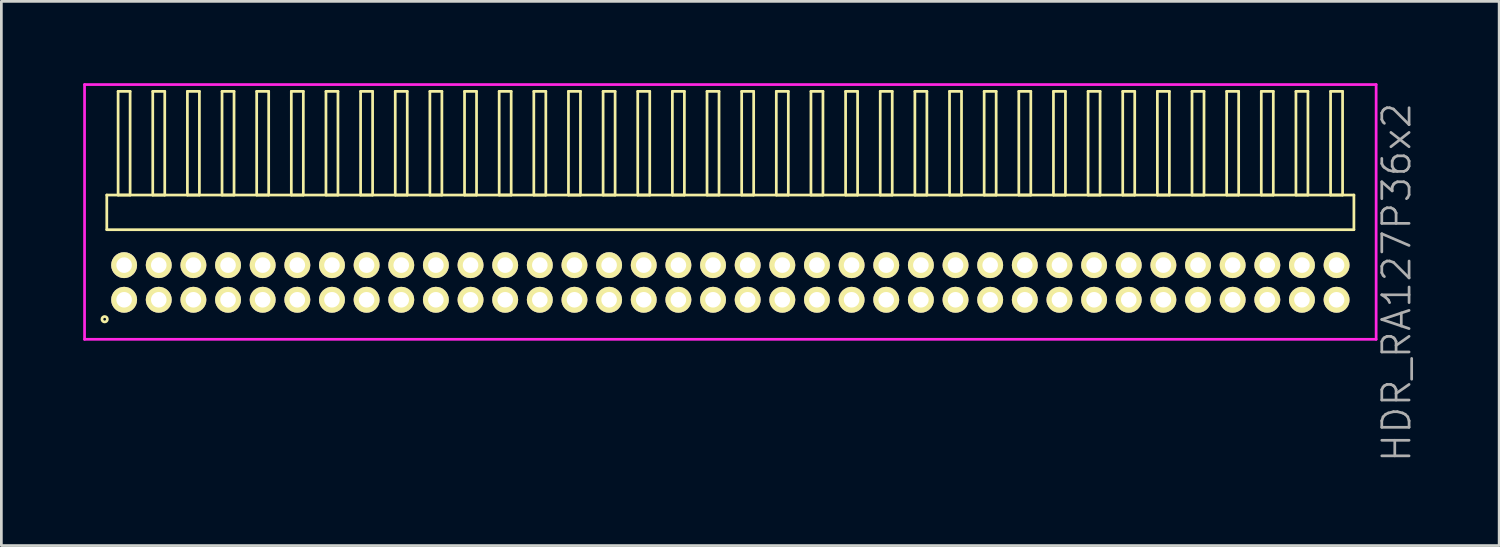
<source format=kicad_pcb>
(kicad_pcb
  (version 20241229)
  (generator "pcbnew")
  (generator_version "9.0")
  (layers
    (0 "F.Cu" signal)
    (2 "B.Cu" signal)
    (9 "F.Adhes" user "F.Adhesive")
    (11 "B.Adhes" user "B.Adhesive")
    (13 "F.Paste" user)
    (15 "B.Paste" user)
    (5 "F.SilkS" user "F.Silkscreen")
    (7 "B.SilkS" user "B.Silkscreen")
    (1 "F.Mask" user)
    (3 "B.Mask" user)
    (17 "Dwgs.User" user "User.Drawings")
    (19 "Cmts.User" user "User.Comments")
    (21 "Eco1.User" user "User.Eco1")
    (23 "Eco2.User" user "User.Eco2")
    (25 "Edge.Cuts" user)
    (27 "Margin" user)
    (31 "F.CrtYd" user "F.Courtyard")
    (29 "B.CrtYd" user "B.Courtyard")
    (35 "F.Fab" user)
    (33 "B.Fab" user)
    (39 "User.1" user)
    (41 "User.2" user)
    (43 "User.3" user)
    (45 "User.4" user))
  (footprint "HDR_RA127P36x2"
    (layer "F.Cu")
    (at 23.725 7.305)
    (property "Reference" "HDR_RA127P36x2" (at 24.425 0 90) (layer "F.Fab") (effects (font (size 1 1) (thickness 0.1))))
    (attr through_hole)
    (fp_line (start -22.86 -3.205) (end -22.86 -1.935) (stroke (width 0.1) (type solid)) (layer "F.SilkS"))
    (fp_line (start -22.86 -1.935) (end 22.86 -1.935) (stroke (width 0.1) (type solid)) (layer "F.SilkS"))
    (fp_line (start -22.445 -7.005) (end -22.445 -3.205) (stroke (width 0.1) (type solid)) (layer "F.SilkS"))
    (fp_line (start -22.445 -3.205) (end -22.005 -3.205) (stroke (width 0.1) (type solid)) (layer "F.SilkS"))
    (fp_line (start -22.005 -7.005) (end -22.445 -7.005) (stroke (width 0.1) (type solid)) (layer "F.SilkS"))
    (fp_line (start -22.005 -3.205) (end -22.005 -7.005) (stroke (width 0.1) (type solid)) (layer "F.SilkS"))
    (fp_line (start -21.175 -7.005) (end -21.175 -3.205) (stroke (width 0.1) (type solid)) (layer "F.SilkS"))
    (fp_line (start -21.175 -3.205) (end -20.735 -3.205) (stroke (width 0.1) (type solid)) (layer "F.SilkS"))
    (fp_line (start -20.735 -7.005) (end -21.175 -7.005) (stroke (width 0.1) (type solid)) (layer "F.SilkS"))
    (fp_line (start -20.735 -3.205) (end -20.735 -7.005) (stroke (width 0.1) (type solid)) (layer "F.SilkS"))
    (fp_line (start -19.905 -7.005) (end -19.905 -3.205) (stroke (width 0.1) (type solid)) (layer "F.SilkS"))
    (fp_line (start -19.905 -3.205) (end -19.465 -3.205) (stroke (width 0.1) (type solid)) (layer "F.SilkS"))
    (fp_line (start -19.465 -7.005) (end -19.905 -7.005) (stroke (width 0.1) (type solid)) (layer "F.SilkS"))
    (fp_line (start -19.465 -3.205) (end -19.465 -7.005) (stroke (width 0.1) (type solid)) (layer "F.SilkS"))
    (fp_line (start -18.635 -7.005) (end -18.635 -3.205) (stroke (width 0.1) (type solid)) (layer "F.SilkS"))
    (fp_line (start -18.635 -3.205) (end -18.195 -3.205) (stroke (width 0.1) (type solid)) (layer "F.SilkS"))
    (fp_line (start -18.195 -7.005) (end -18.635 -7.005) (stroke (width 0.1) (type solid)) (layer "F.SilkS"))
    (fp_line (start -18.195 -3.205) (end -18.195 -7.005) (stroke (width 0.1) (type solid)) (layer "F.SilkS"))
    (fp_line (start -17.365 -7.005) (end -17.365 -3.205) (stroke (width 0.1) (type solid)) (layer "F.SilkS"))
    (fp_line (start -17.365 -3.205) (end -16.925 -3.205) (stroke (width 0.1) (type solid)) (layer "F.SilkS"))
    (fp_line (start -16.925 -7.005) (end -17.365 -7.005) (stroke (width 0.1) (type solid)) (layer "F.SilkS"))
    (fp_line (start -16.925 -3.205) (end -16.925 -7.005) (stroke (width 0.1) (type solid)) (layer "F.SilkS"))
    (fp_line (start -16.095 -7.005) (end -16.095 -3.205) (stroke (width 0.1) (type solid)) (layer "F.SilkS"))
    (fp_line (start -16.095 -3.205) (end -15.655 -3.205) (stroke (width 0.1) (type solid)) (layer "F.SilkS"))
    (fp_line (start -15.655 -7.005) (end -16.095 -7.005) (stroke (width 0.1) (type solid)) (layer "F.SilkS"))
    (fp_line (start -15.655 -3.205) (end -15.655 -7.005) (stroke (width 0.1) (type solid)) (layer "F.SilkS"))
    (fp_line (start -14.825 -7.005) (end -14.825 -3.205) (stroke (width 0.1) (type solid)) (layer "F.SilkS"))
    (fp_line (start -14.825 -3.205) (end -14.385 -3.205) (stroke (width 0.1) (type solid)) (layer "F.SilkS"))
    (fp_line (start -14.385 -7.005) (end -14.825 -7.005) (stroke (width 0.1) (type solid)) (layer "F.SilkS"))
    (fp_line (start -14.385 -3.205) (end -14.385 -7.005) (stroke (width 0.1) (type solid)) (layer "F.SilkS"))
    (fp_line (start -13.555 -7.005) (end -13.555 -3.205) (stroke (width 0.1) (type solid)) (layer "F.SilkS"))
    (fp_line (start -13.555 -3.205) (end -13.115 -3.205) (stroke (width 0.1) (type solid)) (layer "F.SilkS"))
    (fp_line (start -13.115 -7.005) (end -13.555 -7.005) (stroke (width 0.1) (type solid)) (layer "F.SilkS"))
    (fp_line (start -13.115 -3.205) (end -13.115 -7.005) (stroke (width 0.1) (type solid)) (layer "F.SilkS"))
    (fp_line (start -12.285 -7.005) (end -12.285 -3.205) (stroke (width 0.1) (type solid)) (layer "F.SilkS"))
    (fp_line (start -12.285 -3.205) (end -11.845 -3.205) (stroke (width 0.1) (type solid)) (layer "F.SilkS"))
    (fp_line (start -11.845 -7.005) (end -12.285 -7.005) (stroke (width 0.1) (type solid)) (layer "F.SilkS"))
    (fp_line (start -11.845 -3.205) (end -11.845 -7.005) (stroke (width 0.1) (type solid)) (layer "F.SilkS"))
    (fp_line (start -11.015 -7.005) (end -11.015 -3.205) (stroke (width 0.1) (type solid)) (layer "F.SilkS"))
    (fp_line (start -11.015 -3.205) (end -10.575 -3.205) (stroke (width 0.1) (type solid)) (layer "F.SilkS"))
    (fp_line (start -10.575 -7.005) (end -11.015 -7.005) (stroke (width 0.1) (type solid)) (layer "F.SilkS"))
    (fp_line (start -10.575 -3.205) (end -10.575 -7.005) (stroke (width 0.1) (type solid)) (layer "F.SilkS"))
    (fp_line (start -9.745 -7.005) (end -9.745 -3.205) (stroke (width 0.1) (type solid)) (layer "F.SilkS"))
    (fp_line (start -9.745 -3.205) (end -9.305 -3.205) (stroke (width 0.1) (type solid)) (layer "F.SilkS"))
    (fp_line (start -9.305 -7.005) (end -9.745 -7.005) (stroke (width 0.1) (type solid)) (layer "F.SilkS"))
    (fp_line (start -9.305 -3.205) (end -9.305 -7.005) (stroke (width 0.1) (type solid)) (layer "F.SilkS"))
    (fp_line (start -8.475 -7.005) (end -8.475 -3.205) (stroke (width 0.1) (type solid)) (layer "F.SilkS"))
    (fp_line (start -8.475 -3.205) (end -8.035 -3.205) (stroke (width 0.1) (type solid)) (layer "F.SilkS"))
    (fp_line (start -8.035 -7.005) (end -8.475 -7.005) (stroke (width 0.1) (type solid)) (layer "F.SilkS"))
    (fp_line (start -8.035 -3.205) (end -8.035 -7.005) (stroke (width 0.1) (type solid)) (layer "F.SilkS"))
    (fp_line (start -7.205 -7.005) (end -7.205 -3.205) (stroke (width 0.1) (type solid)) (layer "F.SilkS"))
    (fp_line (start -7.205 -3.205) (end -6.765 -3.205) (stroke (width 0.1) (type solid)) (layer "F.SilkS"))
    (fp_line (start -6.765 -7.005) (end -7.205 -7.005) (stroke (width 0.1) (type solid)) (layer "F.SilkS"))
    (fp_line (start -6.765 -3.205) (end -6.765 -7.005) (stroke (width 0.1) (type solid)) (layer "F.SilkS"))
    (fp_line (start -5.935 -7.005) (end -5.935 -3.205) (stroke (width 0.1) (type solid)) (layer "F.SilkS"))
    (fp_line (start -5.935 -3.205) (end -5.495 -3.205) (stroke (width 0.1) (type solid)) (layer "F.SilkS"))
    (fp_line (start -5.495 -7.005) (end -5.935 -7.005) (stroke (width 0.1) (type solid)) (layer "F.SilkS"))
    (fp_line (start -5.495 -3.205) (end -5.495 -7.005) (stroke (width 0.1) (type solid)) (layer "F.SilkS"))
    (fp_line (start -4.665 -7.005) (end -4.665 -3.205) (stroke (width 0.1) (type solid)) (layer "F.SilkS"))
    (fp_line (start -4.665 -3.205) (end -4.225 -3.205) (stroke (width 0.1) (type solid)) (layer "F.SilkS"))
    (fp_line (start -4.225 -7.005) (end -4.665 -7.005) (stroke (width 0.1) (type solid)) (layer "F.SilkS"))
    (fp_line (start -4.225 -3.205) (end -4.225 -7.005) (stroke (width 0.1) (type solid)) (layer "F.SilkS"))
    (fp_line (start -3.395 -7.005) (end -3.395 -3.205) (stroke (width 0.1) (type solid)) (layer "F.SilkS"))
    (fp_line (start -3.395 -3.205) (end -2.955 -3.205) (stroke (width 0.1) (type solid)) (layer "F.SilkS"))
    (fp_line (start -2.955 -7.005) (end -3.395 -7.005) (stroke (width 0.1) (type solid)) (layer "F.SilkS"))
    (fp_line (start -2.955 -3.205) (end -2.955 -7.005) (stroke (width 0.1) (type solid)) (layer "F.SilkS"))
    (fp_line (start -2.125 -7.005) (end -2.125 -3.205) (stroke (width 0.1) (type solid)) (layer "F.SilkS"))
    (fp_line (start -2.125 -3.205) (end -1.685 -3.205) (stroke (width 0.1) (type solid)) (layer "F.SilkS"))
    (fp_line (start -1.685 -7.005) (end -2.125 -7.005) (stroke (width 0.1) (type solid)) (layer "F.SilkS"))
    (fp_line (start -1.685 -3.205) (end -1.685 -7.005) (stroke (width 0.1) (type solid)) (layer "F.SilkS"))
    (fp_line (start -0.855 -7.005) (end -0.855 -3.205) (stroke (width 0.1) (type solid)) (layer "F.SilkS"))
    (fp_line (start -0.855 -3.205) (end -0.415 -3.205) (stroke (width 0.1) (type solid)) (layer "F.SilkS"))
    (fp_line (start -0.415 -7.005) (end -0.855 -7.005) (stroke (width 0.1) (type solid)) (layer "F.SilkS"))
    (fp_line (start -0.415 -3.205) (end -0.415 -7.005) (stroke (width 0.1) (type solid)) (layer "F.SilkS"))
    (fp_line (start 0.415 -7.005) (end 0.415 -3.205) (stroke (width 0.1) (type solid)) (layer "F.SilkS"))
    (fp_line (start 0.415 -3.205) (end 0.855 -3.205) (stroke (width 0.1) (type solid)) (layer "F.SilkS"))
    (fp_line (start 0.855 -7.005) (end 0.415 -7.005) (stroke (width 0.1) (type solid)) (layer "F.SilkS"))
    (fp_line (start 0.855 -3.205) (end 0.855 -7.005) (stroke (width 0.1) (type solid)) (layer "F.SilkS"))
    (fp_line (start 1.685 -7.005) (end 1.685 -3.205) (stroke (width 0.1) (type solid)) (layer "F.SilkS"))
    (fp_line (start 1.685 -3.205) (end 2.125 -3.205) (stroke (width 0.1) (type solid)) (layer "F.SilkS"))
    (fp_line (start 2.125 -7.005) (end 1.685 -7.005) (stroke (width 0.1) (type solid)) (layer "F.SilkS"))
    (fp_line (start 2.125 -3.205) (end 2.125 -7.005) (stroke (width 0.1) (type solid)) (layer "F.SilkS"))
    (fp_line (start 2.955 -7.005) (end 2.955 -3.205) (stroke (width 0.1) (type solid)) (layer "F.SilkS"))
    (fp_line (start 2.955 -3.205) (end 3.395 -3.205) (stroke (width 0.1) (type solid)) (layer "F.SilkS"))
    (fp_line (start 3.395 -7.005) (end 2.955 -7.005) (stroke (width 0.1) (type solid)) (layer "F.SilkS"))
    (fp_line (start 3.395 -3.205) (end 3.395 -7.005) (stroke (width 0.1) (type solid)) (layer "F.SilkS"))
    (fp_line (start 4.225 -7.005) (end 4.225 -3.205) (stroke (width 0.1) (type solid)) (layer "F.SilkS"))
    (fp_line (start 4.225 -3.205) (end 4.665 -3.205) (stroke (width 0.1) (type solid)) (layer "F.SilkS"))
    (fp_line (start 4.665 -7.005) (end 4.225 -7.005) (stroke (width 0.1) (type solid)) (layer "F.SilkS"))
    (fp_line (start 4.665 -3.205) (end 4.665 -7.005) (stroke (width 0.1) (type solid)) (layer "F.SilkS"))
    (fp_line (start 5.495 -7.005) (end 5.495 -3.205) (stroke (width 0.1) (type solid)) (layer "F.SilkS"))
    (fp_line (start 5.495 -3.205) (end 5.935 -3.205) (stroke (width 0.1) (type solid)) (layer "F.SilkS"))
    (fp_line (start 5.935 -7.005) (end 5.495 -7.005) (stroke (width 0.1) (type solid)) (layer "F.SilkS"))
    (fp_line (start 5.935 -3.205) (end 5.935 -7.005) (stroke (width 0.1) (type solid)) (layer "F.SilkS"))
    (fp_line (start 6.765 -7.005) (end 6.765 -3.205) (stroke (width 0.1) (type solid)) (layer "F.SilkS"))
    (fp_line (start 6.765 -3.205) (end 7.205 -3.205) (stroke (width 0.1) (type solid)) (layer "F.SilkS"))
    (fp_line (start 7.205 -7.005) (end 6.765 -7.005) (stroke (width 0.1) (type solid)) (layer "F.SilkS"))
    (fp_line (start 7.205 -3.205) (end 7.205 -7.005) (stroke (width 0.1) (type solid)) (layer "F.SilkS"))
    (fp_line (start 8.035 -7.005) (end 8.035 -3.205) (stroke (width 0.1) (type solid)) (layer "F.SilkS"))
    (fp_line (start 8.035 -3.205) (end 8.475 -3.205) (stroke (width 0.1) (type solid)) (layer "F.SilkS"))
    (fp_line (start 8.475 -7.005) (end 8.035 -7.005) (stroke (width 0.1) (type solid)) (layer "F.SilkS"))
    (fp_line (start 8.475 -3.205) (end 8.475 -7.005) (stroke (width 0.1) (type solid)) (layer "F.SilkS"))
    (fp_line (start 9.305 -7.005) (end 9.305 -3.205) (stroke (width 0.1) (type solid)) (layer "F.SilkS"))
    (fp_line (start 9.305 -3.205) (end 9.745 -3.205) (stroke (width 0.1) (type solid)) (layer "F.SilkS"))
    (fp_line (start 9.745 -7.005) (end 9.305 -7.005) (stroke (width 0.1) (type solid)) (layer "F.SilkS"))
    (fp_line (start 9.745 -3.205) (end 9.745 -7.005) (stroke (width 0.1) (type solid)) (layer "F.SilkS"))
    (fp_line (start 10.575 -7.005) (end 10.575 -3.205) (stroke (width 0.1) (type solid)) (layer "F.SilkS"))
    (fp_line (start 10.575 -3.205) (end 11.015 -3.205) (stroke (width 0.1) (type solid)) (layer "F.SilkS"))
    (fp_line (start 11.015 -7.005) (end 10.575 -7.005) (stroke (width 0.1) (type solid)) (layer "F.SilkS"))
    (fp_line (start 11.015 -3.205) (end 11.015 -7.005) (stroke (width 0.1) (type solid)) (layer "F.SilkS"))
    (fp_line (start 11.845 -7.005) (end 11.845 -3.205) (stroke (width 0.1) (type solid)) (layer "F.SilkS"))
    (fp_line (start 11.845 -3.205) (end 12.285 -3.205) (stroke (width 0.1) (type solid)) (layer "F.SilkS"))
    (fp_line (start 12.285 -7.005) (end 11.845 -7.005) (stroke (width 0.1) (type solid)) (layer "F.SilkS"))
    (fp_line (start 12.285 -3.205) (end 12.285 -7.005) (stroke (width 0.1) (type solid)) (layer "F.SilkS"))
    (fp_line (start 13.115 -7.005) (end 13.115 -3.205) (stroke (width 0.1) (type solid)) (layer "F.SilkS"))
    (fp_line (start 13.115 -3.205) (end 13.555 -3.205) (stroke (width 0.1) (type solid)) (layer "F.SilkS"))
    (fp_line (start 13.555 -7.005) (end 13.115 -7.005) (stroke (width 0.1) (type solid)) (layer "F.SilkS"))
    (fp_line (start 13.555 -3.205) (end 13.555 -7.005) (stroke (width 0.1) (type solid)) (layer "F.SilkS"))
    (fp_line (start 14.385 -7.005) (end 14.385 -3.205) (stroke (width 0.1) (type solid)) (layer "F.SilkS"))
    (fp_line (start 14.385 -3.205) (end 14.825 -3.205) (stroke (width 0.1) (type solid)) (layer "F.SilkS"))
    (fp_line (start 14.825 -7.005) (end 14.385 -7.005) (stroke (width 0.1) (type solid)) (layer "F.SilkS"))
    (fp_line (start 14.825 -3.205) (end 14.825 -7.005) (stroke (width 0.1) (type solid)) (layer "F.SilkS"))
    (fp_line (start 15.655 -7.005) (end 15.655 -3.205) (stroke (width 0.1) (type solid)) (layer "F.SilkS"))
    (fp_line (start 15.655 -3.205) (end 16.095 -3.205) (stroke (width 0.1) (type solid)) (layer "F.SilkS"))
    (fp_line (start 16.095 -7.005) (end 15.655 -7.005) (stroke (width 0.1) (type solid)) (layer "F.SilkS"))
    (fp_line (start 16.095 -3.205) (end 16.095 -7.005) (stroke (width 0.1) (type solid)) (layer "F.SilkS"))
    (fp_line (start 16.925 -7.005) (end 16.925 -3.205) (stroke (width 0.1) (type solid)) (layer "F.SilkS"))
    (fp_line (start 16.925 -3.205) (end 17.365 -3.205) (stroke (width 0.1) (type solid)) (layer "F.SilkS"))
    (fp_line (start 17.365 -7.005) (end 16.925 -7.005) (stroke (width 0.1) (type solid)) (layer "F.SilkS"))
    (fp_line (start 17.365 -3.205) (end 17.365 -7.005) (stroke (width 0.1) (type solid)) (layer "F.SilkS"))
    (fp_line (start 18.195 -7.005) (end 18.195 -3.205) (stroke (width 0.1) (type solid)) (layer "F.SilkS"))
    (fp_line (start 18.195 -3.205) (end 18.635 -3.205) (stroke (width 0.1) (type solid)) (layer "F.SilkS"))
    (fp_line (start 18.635 -7.005) (end 18.195 -7.005) (stroke (width 0.1) (type solid)) (layer "F.SilkS"))
    (fp_line (start 18.635 -3.205) (end 18.635 -7.005) (stroke (width 0.1) (type solid)) (layer "F.SilkS"))
    (fp_line (start 19.465 -7.005) (end 19.465 -3.205) (stroke (width 0.1) (type solid)) (layer "F.SilkS"))
    (fp_line (start 19.465 -3.205) (end 19.905 -3.205) (stroke (width 0.1) (type solid)) (layer "F.SilkS"))
    (fp_line (start 19.905 -7.005) (end 19.465 -7.005) (stroke (width 0.1) (type solid)) (layer "F.SilkS"))
    (fp_line (start 19.905 -3.205) (end 19.905 -7.005) (stroke (width 0.1) (type solid)) (layer "F.SilkS"))
    (fp_line (start 20.735 -7.005) (end 20.735 -3.205) (stroke (width 0.1) (type solid)) (layer "F.SilkS"))
    (fp_line (start 20.735 -3.205) (end 21.175 -3.205) (stroke (width 0.1) (type solid)) (layer "F.SilkS"))
    (fp_line (start 21.175 -7.005) (end 20.735 -7.005) (stroke (width 0.1) (type solid)) (layer "F.SilkS"))
    (fp_line (start 21.175 -3.205) (end 21.175 -7.005) (stroke (width 0.1) (type solid)) (layer "F.SilkS"))
    (fp_line (start 22.005 -7.005) (end 22.005 -3.205) (stroke (width 0.1) (type solid)) (layer "F.SilkS"))
    (fp_line (start 22.005 -3.205) (end 22.445 -3.205) (stroke (width 0.1) (type solid)) (layer "F.SilkS"))
    (fp_line (start 22.445 -7.005) (end 22.005 -7.005) (stroke (width 0.1) (type solid)) (layer "F.SilkS"))
    (fp_line (start 22.445 -3.205) (end 22.445 -7.005) (stroke (width 0.1) (type solid)) (layer "F.SilkS"))
    (fp_line (start 22.86 -3.205) (end -22.86 -3.205) (stroke (width 0.1) (type solid)) (layer "F.SilkS"))
    (fp_line (start 22.86 -1.935) (end 22.86 -3.205) (stroke (width 0.1) (type solid)) (layer "F.SilkS"))
    (fp_circle (center -22.938 1.348) (end -22.838 1.348) (stroke (width 0.1) (type solid)) (fill no) (layer "F.SilkS"))
    (fp_line (start -23.675 -7.255) (end -23.675 2.085) (stroke (width 0.1) (type solid)) (layer "F.CrtYd"))
    (fp_line (start -23.675 2.085) (end 23.675 2.085) (stroke (width 0.1) (type solid)) (layer "F.CrtYd"))
    (fp_line (start 23.675 -7.255) (end -23.675 -7.255) (stroke (width 0.1) (type solid)) (layer "F.CrtYd"))
    (fp_line (start 23.675 2.085) (end 23.675 -7.255) (stroke (width 0.1) (type solid)) (layer "F.CrtYd"))
    (pad "1" thru_hole oval (at -22.225 0.635) (size 0.95 0.95) (drill 0.57) (layers "*.Cu" "*.Mask" "F.SilkS"))
    (pad "2" thru_hole oval (at -22.225 -0.635) (size 0.95 0.95) (drill 0.57) (layers "*.Cu" "*.Mask" "F.SilkS"))
    (pad "3" thru_hole oval (at -20.955 0.635) (size 0.95 0.95) (drill 0.57) (layers "*.Cu" "*.Mask" "F.SilkS"))
    (pad "4" thru_hole oval (at -20.955 -0.635) (size 0.95 0.95) (drill 0.57) (layers "*.Cu" "*.Mask" "F.SilkS"))
    (pad "5" thru_hole oval (at -19.685 0.635) (size 0.95 0.95) (drill 0.57) (layers "*.Cu" "*.Mask" "F.SilkS"))
    (pad "6" thru_hole oval (at -19.685 -0.635) (size 0.95 0.95) (drill 0.57) (layers "*.Cu" "*.Mask" "F.SilkS"))
    (pad "7" thru_hole oval (at -18.415 0.635) (size 0.95 0.95) (drill 0.57) (layers "*.Cu" "*.Mask" "F.SilkS"))
    (pad "8" thru_hole oval (at -18.415 -0.635) (size 0.95 0.95) (drill 0.57) (layers "*.Cu" "*.Mask" "F.SilkS"))
    (pad "9" thru_hole oval (at -17.145 0.635) (size 0.95 0.95) (drill 0.57) (layers "*.Cu" "*.Mask" "F.SilkS"))
    (pad "10" thru_hole oval (at -17.145 -0.635) (size 0.95 0.95) (drill 0.57) (layers "*.Cu" "*.Mask" "F.SilkS"))
    (pad "11" thru_hole oval (at -15.875 0.635) (size 0.95 0.95) (drill 0.57) (layers "*.Cu" "*.Mask" "F.SilkS"))
    (pad "12" thru_hole oval (at -15.875 -0.635) (size 0.95 0.95) (drill 0.57) (layers "*.Cu" "*.Mask" "F.SilkS"))
    (pad "13" thru_hole oval (at -14.605 0.635) (size 0.95 0.95) (drill 0.57) (layers "*.Cu" "*.Mask" "F.SilkS"))
    (pad "14" thru_hole oval (at -14.605 -0.635) (size 0.95 0.95) (drill 0.57) (layers "*.Cu" "*.Mask" "F.SilkS"))
    (pad "15" thru_hole oval (at -13.335 0.635) (size 0.95 0.95) (drill 0.57) (layers "*.Cu" "*.Mask" "F.SilkS"))
    (pad "16" thru_hole oval (at -13.335 -0.635) (size 0.95 0.95) (drill 0.57) (layers "*.Cu" "*.Mask" "F.SilkS"))
    (pad "17" thru_hole oval (at -12.065 0.635) (size 0.95 0.95) (drill 0.57) (layers "*.Cu" "*.Mask" "F.SilkS"))
    (pad "18" thru_hole oval (at -12.065 -0.635) (size 0.95 0.95) (drill 0.57) (layers "*.Cu" "*.Mask" "F.SilkS"))
    (pad "19" thru_hole oval (at -10.795 0.635) (size 0.95 0.95) (drill 0.57) (layers "*.Cu" "*.Mask" "F.SilkS"))
    (pad "20" thru_hole oval (at -10.795 -0.635) (size 0.95 0.95) (drill 0.57) (layers "*.Cu" "*.Mask" "F.SilkS"))
    (pad "21" thru_hole oval (at -9.525 0.635) (size 0.95 0.95) (drill 0.57) (layers "*.Cu" "*.Mask" "F.SilkS"))
    (pad "22" thru_hole oval (at -9.525 -0.635) (size 0.95 0.95) (drill 0.57) (layers "*.Cu" "*.Mask" "F.SilkS"))
    (pad "23" thru_hole oval (at -8.255 0.635) (size 0.95 0.95) (drill 0.57) (layers "*.Cu" "*.Mask" "F.SilkS"))
    (pad "24" thru_hole oval (at -8.255 -0.635) (size 0.95 0.95) (drill 0.57) (layers "*.Cu" "*.Mask" "F.SilkS"))
    (pad "25" thru_hole oval (at -6.985 0.635) (size 0.95 0.95) (drill 0.57) (layers "*.Cu" "*.Mask" "F.SilkS"))
    (pad "26" thru_hole oval (at -6.985 -0.635) (size 0.95 0.95) (drill 0.57) (layers "*.Cu" "*.Mask" "F.SilkS"))
    (pad "27" thru_hole oval (at -5.715 0.635) (size 0.95 0.95) (drill 0.57) (layers "*.Cu" "*.Mask" "F.SilkS"))
    (pad "28" thru_hole oval (at -5.715 -0.635) (size 0.95 0.95) (drill 0.57) (layers "*.Cu" "*.Mask" "F.SilkS"))
    (pad "29" thru_hole oval (at -4.445 0.635) (size 0.95 0.95) (drill 0.57) (layers "*.Cu" "*.Mask" "F.SilkS"))
    (pad "30" thru_hole oval (at -4.445 -0.635) (size 0.95 0.95) (drill 0.57) (layers "*.Cu" "*.Mask" "F.SilkS"))
    (pad "31" thru_hole oval (at -3.175 0.635) (size 0.95 0.95) (drill 0.57) (layers "*.Cu" "*.Mask" "F.SilkS"))
    (pad "32" thru_hole oval (at -3.175 -0.635) (size 0.95 0.95) (drill 0.57) (layers "*.Cu" "*.Mask" "F.SilkS"))
    (pad "33" thru_hole oval (at -1.905 0.635) (size 0.95 0.95) (drill 0.57) (layers "*.Cu" "*.Mask" "F.SilkS"))
    (pad "34" thru_hole oval (at -1.905 -0.635) (size 0.95 0.95) (drill 0.57) (layers "*.Cu" "*.Mask" "F.SilkS"))
    (pad "35" thru_hole oval (at -0.635 0.635) (size 0.95 0.95) (drill 0.57) (layers "*.Cu" "*.Mask" "F.SilkS"))
    (pad "36" thru_hole oval (at -0.635 -0.635) (size 0.95 0.95) (drill 0.57) (layers "*.Cu" "*.Mask" "F.SilkS"))
    (pad "37" thru_hole oval (at 0.635 0.635) (size 0.95 0.95) (drill 0.57) (layers "*.Cu" "*.Mask" "F.SilkS"))
    (pad "38" thru_hole oval (at 0.635 -0.635) (size 0.95 0.95) (drill 0.57) (layers "*.Cu" "*.Mask" "F.SilkS"))
    (pad "39" thru_hole oval (at 1.905 0.635) (size 0.95 0.95) (drill 0.57) (layers "*.Cu" "*.Mask" "F.SilkS"))
    (pad "40" thru_hole oval (at 1.905 -0.635) (size 0.95 0.95) (drill 0.57) (layers "*.Cu" "*.Mask" "F.SilkS"))
    (pad "41" thru_hole oval (at 3.175 0.635) (size 0.95 0.95) (drill 0.57) (layers "*.Cu" "*.Mask" "F.SilkS"))
    (pad "42" thru_hole oval (at 3.175 -0.635) (size 0.95 0.95) (drill 0.57) (layers "*.Cu" "*.Mask" "F.SilkS"))
    (pad "43" thru_hole oval (at 4.445 0.635) (size 0.95 0.95) (drill 0.57) (layers "*.Cu" "*.Mask" "F.SilkS"))
    (pad "44" thru_hole oval (at 4.445 -0.635) (size 0.95 0.95) (drill 0.57) (layers "*.Cu" "*.Mask" "F.SilkS"))
    (pad "45" thru_hole oval (at 5.715 0.635) (size 0.95 0.95) (drill 0.57) (layers "*.Cu" "*.Mask" "F.SilkS"))
    (pad "46" thru_hole oval (at 5.715 -0.635) (size 0.95 0.95) (drill 0.57) (layers "*.Cu" "*.Mask" "F.SilkS"))
    (pad "47" thru_hole oval (at 6.985 0.635) (size 0.95 0.95) (drill 0.57) (layers "*.Cu" "*.Mask" "F.SilkS"))
    (pad "48" thru_hole oval (at 6.985 -0.635) (size 0.95 0.95) (drill 0.57) (layers "*.Cu" "*.Mask" "F.SilkS"))
    (pad "49" thru_hole oval (at 8.255 0.635) (size 0.95 0.95) (drill 0.57) (layers "*.Cu" "*.Mask" "F.SilkS"))
    (pad "50" thru_hole oval (at 8.255 -0.635) (size 0.95 0.95) (drill 0.57) (layers "*.Cu" "*.Mask" "F.SilkS"))
    (pad "51" thru_hole oval (at 9.525 0.635) (size 0.95 0.95) (drill 0.57) (layers "*.Cu" "*.Mask" "F.SilkS"))
    (pad "52" thru_hole oval (at 9.525 -0.635) (size 0.95 0.95) (drill 0.57) (layers "*.Cu" "*.Mask" "F.SilkS"))
    (pad "53" thru_hole oval (at 10.795 0.635) (size 0.95 0.95) (drill 0.57) (layers "*.Cu" "*.Mask" "F.SilkS"))
    (pad "54" thru_hole oval (at 10.795 -0.635) (size 0.95 0.95) (drill 0.57) (layers "*.Cu" "*.Mask" "F.SilkS"))
    (pad "55" thru_hole oval (at 12.065 0.635) (size 0.95 0.95) (drill 0.57) (layers "*.Cu" "*.Mask" "F.SilkS"))
    (pad "56" thru_hole oval (at 12.065 -0.635) (size 0.95 0.95) (drill 0.57) (layers "*.Cu" "*.Mask" "F.SilkS"))
    (pad "57" thru_hole oval (at 13.335 0.635) (size 0.95 0.95) (drill 0.57) (layers "*.Cu" "*.Mask" "F.SilkS"))
    (pad "58" thru_hole oval (at 13.335 -0.635) (size 0.95 0.95) (drill 0.57) (layers "*.Cu" "*.Mask" "F.SilkS"))
    (pad "59" thru_hole oval (at 14.605 0.635) (size 0.95 0.95) (drill 0.57) (layers "*.Cu" "*.Mask" "F.SilkS"))
    (pad "60" thru_hole oval (at 14.605 -0.635) (size 0.95 0.95) (drill 0.57) (layers "*.Cu" "*.Mask" "F.SilkS"))
    (pad "61" thru_hole oval (at 15.875 0.635) (size 0.95 0.95) (drill 0.57) (layers "*.Cu" "*.Mask" "F.SilkS"))
    (pad "62" thru_hole oval (at 15.875 -0.635) (size 0.95 0.95) (drill 0.57) (layers "*.Cu" "*.Mask" "F.SilkS"))
    (pad "63" thru_hole oval (at 17.145 0.635) (size 0.95 0.95) (drill 0.57) (layers "*.Cu" "*.Mask" "F.SilkS"))
    (pad "64" thru_hole oval (at 17.145 -0.635) (size 0.95 0.95) (drill 0.57) (layers "*.Cu" "*.Mask" "F.SilkS"))
    (pad "65" thru_hole oval (at 18.415 0.635) (size 0.95 0.95) (drill 0.57) (layers "*.Cu" "*.Mask" "F.SilkS"))
    (pad "66" thru_hole oval (at 18.415 -0.635) (size 0.95 0.95) (drill 0.57) (layers "*.Cu" "*.Mask" "F.SilkS"))
    (pad "67" thru_hole oval (at 19.685 0.635) (size 0.95 0.95) (drill 0.57) (layers "*.Cu" "*.Mask" "F.SilkS"))
    (pad "68" thru_hole oval (at 19.685 -0.635) (size 0.95 0.95) (drill 0.57) (layers "*.Cu" "*.Mask" "F.SilkS"))
    (pad "69" thru_hole oval (at 20.955 0.635) (size 0.95 0.95) (drill 0.57) (layers "*.Cu" "*.Mask" "F.SilkS"))
    (pad "70" thru_hole oval (at 20.955 -0.635) (size 0.95 0.95) (drill 0.57) (layers "*.Cu" "*.Mask" "F.SilkS"))
    (pad "71" thru_hole oval (at 22.225 0.635) (size 0.95 0.95) (drill 0.57) (layers "*.Cu" "*.Mask" "F.SilkS"))
    (pad "72" thru_hole oval (at 22.225 -0.635) (size 0.95 0.95) (drill 0.57) (layers "*.Cu" "*.Mask" "F.SilkS")))
  (gr_rect
    (start -3 -3)
    (end 51.91 16.95)
    (stroke (width 0.1) (type default))
    (fill no)
    (layer "Edge.Cuts")))
</source>
